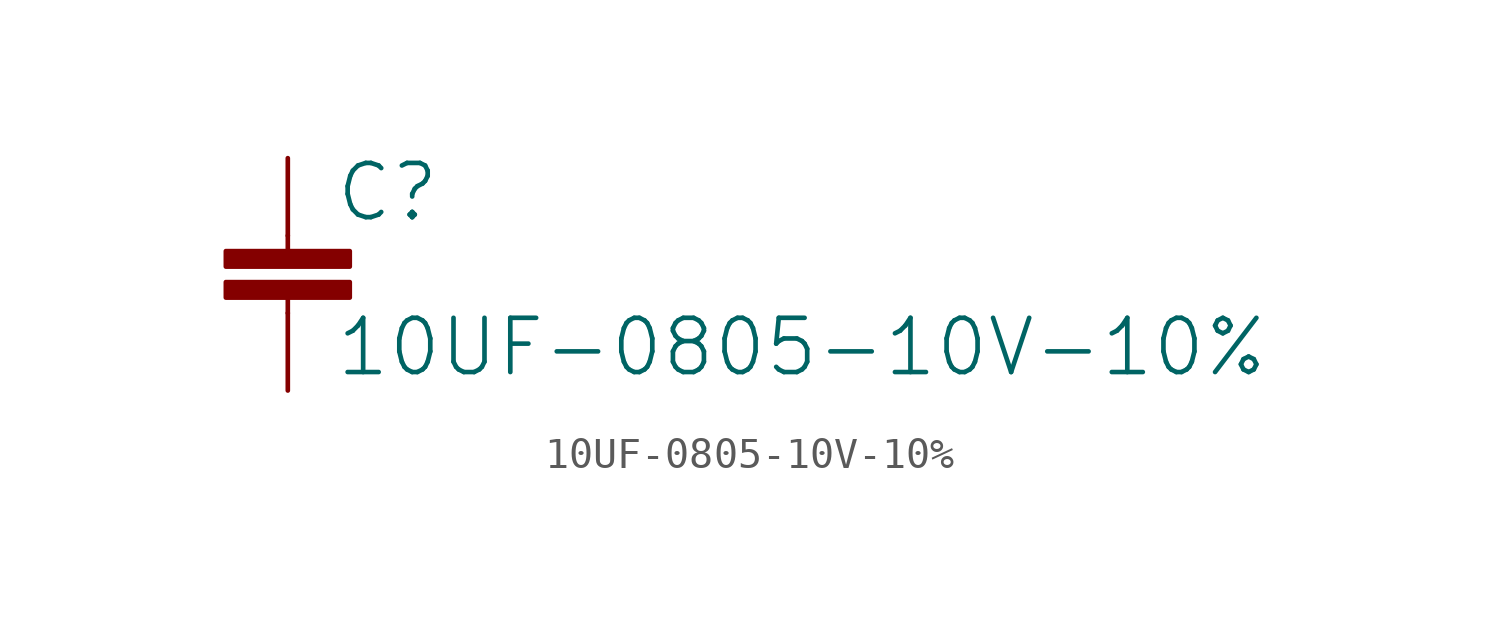
<source format=kicad_sym>
(kicad_symbol_lib
  (version 20211014)
  (generator kicad_symbol_editor)
  (symbol "10UF-0805-10V-10%"
    (property "Reference" "C"
      (at 1.524 2.921 0)
      (effects (font (size 1.778 1.778)) (justify left bottom)))
    (property "Value" "10UF-0805-10V-10%"
      (at 1.524 -2.159 0)
      (effects (font (size 1.778 1.778)) (justify left bottom)))
    (property "ki_locked" ""
      (at 0 0 0)
      (effects (font (size 1.27 1.27))))
    (symbol "10UF-0805-10V-10%_1_0"
      (rectangle (start -2.032 0.508) (end 2.032 1.016) (stroke (width 0) (type default) (color 0 0 0 0)) (fill (type outline)))
      (rectangle (start -2.032 1.524) (end 2.032 2.032) (stroke (width 0) (type default) (color 0 0 0 0)) (fill (type outline)))
      (polyline (pts (xy 0 0) (xy 0 0.508)) (stroke (width 0.152) (type default) (color 0 0 0 0)) (fill (type none)))
      (polyline (pts (xy 0 2.54) (xy 0 2.032)) (stroke (width 0.152) (type default) (color 0 0 0 0)) (fill (type none)))
      (pin passive line (at 0 5.08 270) (length 2.54) (name "1" (effects (font (size 0 0)))) (number "1" (effects (font (size 0 0)))))
      (pin passive line (at 0 -2.54 90) (length 2.54) (name "2" (effects (font (size 0 0)))) (number "2" (effects (font (size 0 0))))))))
</source>
